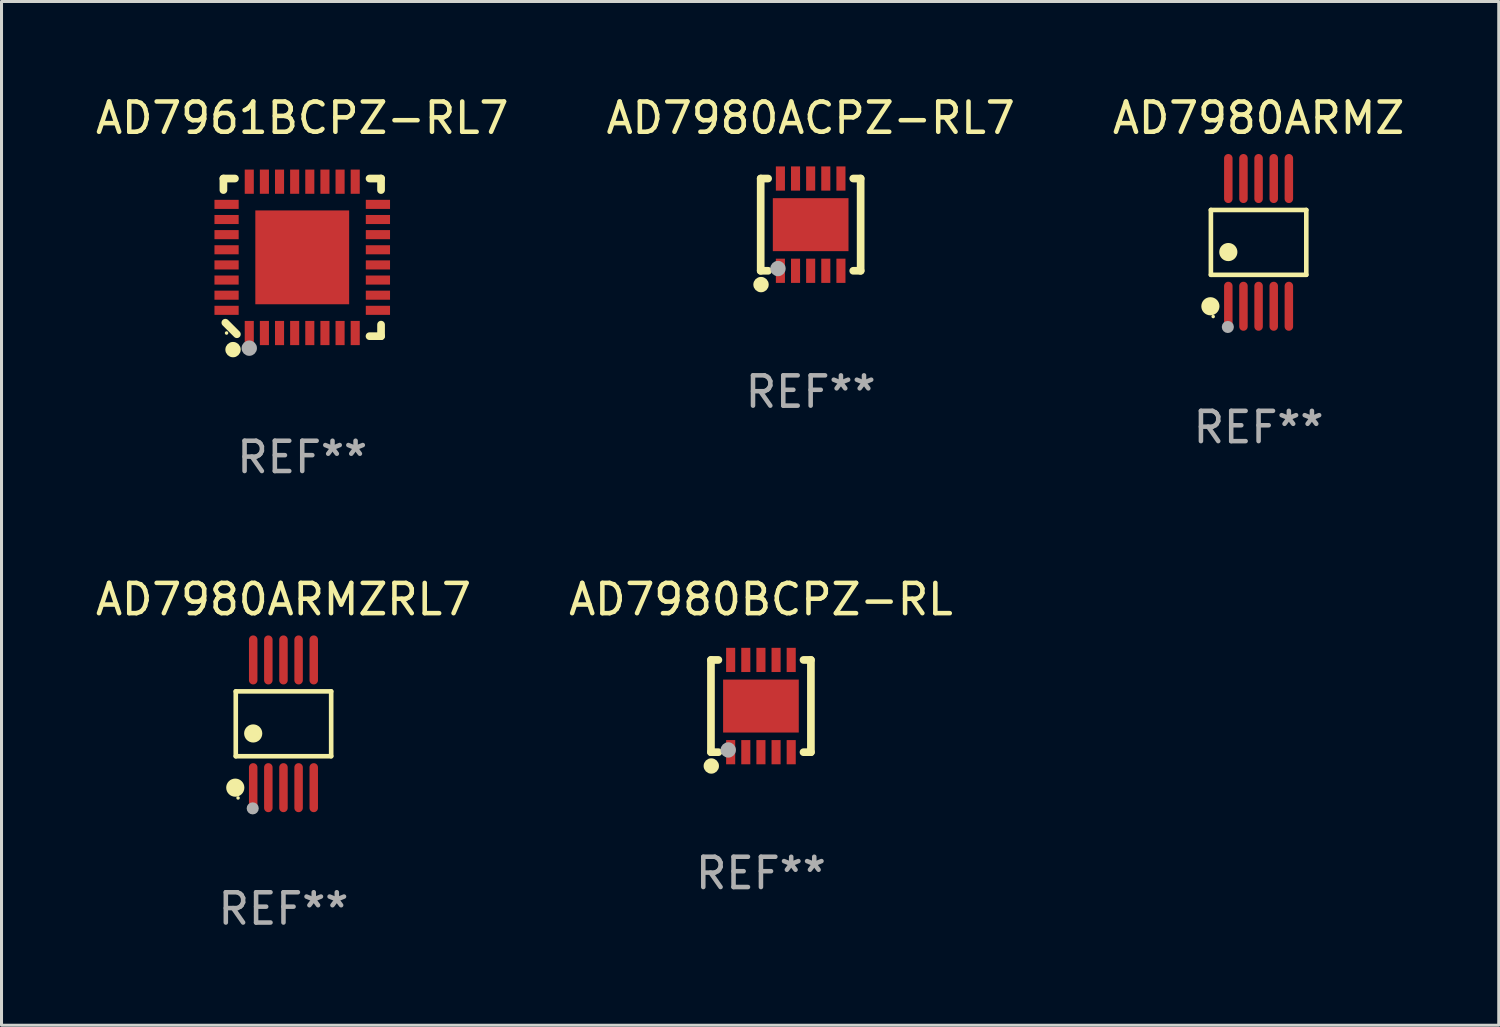
<source format=kicad_pcb>
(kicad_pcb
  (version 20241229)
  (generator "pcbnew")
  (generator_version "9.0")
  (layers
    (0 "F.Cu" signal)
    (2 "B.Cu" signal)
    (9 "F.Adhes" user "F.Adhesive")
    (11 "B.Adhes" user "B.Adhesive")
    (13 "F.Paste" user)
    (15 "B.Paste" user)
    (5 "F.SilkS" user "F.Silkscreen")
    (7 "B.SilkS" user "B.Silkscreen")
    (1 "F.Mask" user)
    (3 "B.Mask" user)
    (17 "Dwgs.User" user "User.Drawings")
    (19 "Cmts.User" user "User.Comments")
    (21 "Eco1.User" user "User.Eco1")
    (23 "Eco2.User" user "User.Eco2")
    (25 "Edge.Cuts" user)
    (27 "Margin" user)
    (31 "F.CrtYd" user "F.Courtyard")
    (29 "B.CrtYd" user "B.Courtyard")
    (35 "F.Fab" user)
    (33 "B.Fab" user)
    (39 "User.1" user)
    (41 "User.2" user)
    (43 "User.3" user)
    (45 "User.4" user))
  (footprint "AD7980ARMZRL7"
    (layer "F.Cu")
    (at 6.315 20.862)
    (property "Reference" "AD7980ARMZRL7" (at 0 -4.11 0) (layer "F.SilkS") (effects (font (size 1 1) (thickness 0.15))))
    (attr through_hole)
    (fp_line (start -1.576 -1.071) (end 1.576 -1.071) (stroke (width 0.152) (type solid)) (layer "F.SilkS"))
    (fp_line (start -1.576 1.071) (end -1.576 -1.071) (stroke (width 0.152) (type solid)) (layer "F.SilkS"))
    (fp_line (start 1.576 -1.071) (end 1.576 1.071) (stroke (width 0.152) (type solid)) (layer "F.SilkS"))
    (fp_line (start 1.576 1.071) (end -1.576 1.071) (stroke (width 0.152) (type solid)) (layer "F.SilkS"))
    (fp_circle (center -1.592 2.11) (end -1.442 2.11) (stroke (width 0.3) (type solid)) (fill no) (layer "F.SilkS"))
    (fp_circle (center -1.5 2.45) (end -1.47 2.45) (stroke (width 0.06) (type solid)) (fill no) (layer "F.SilkS"))
    (fp_circle (center -1 0.319) (end -0.85 0.319) (stroke (width 0.3) (type solid)) (fill no) (layer "F.SilkS"))
    (fp_circle (center -1.016 2.794) (end -0.916 2.794) (stroke (width 0.2) (type solid)) (fill no) (layer "F.Fab"))
    (fp_text user "REF**" (at 0 6.11 0) (layer "F.Fab") (effects (font (size 1 1) (thickness 0.15))))
    (pad "1" smd oval (at -1 2.11) (size 0.28 1.62) (layers "F.Cu" "F.Mask" "F.Paste"))
    (pad "2" smd oval (at -0.5 2.11) (size 0.28 1.62) (layers "F.Cu" "F.Mask" "F.Paste"))
    (pad "3" smd oval (at 0 2.11) (size 0.28 1.62) (layers "F.Cu" "F.Mask" "F.Paste"))
    (pad "4" smd oval (at 0.5 2.11) (size 0.28 1.62) (layers "F.Cu" "F.Mask" "F.Paste"))
    (pad "5" smd oval (at 1 2.11) (size 0.28 1.62) (layers "F.Cu" "F.Mask" "F.Paste"))
    (pad "6" smd oval (at 1 -2.11) (size 0.28 1.62) (layers "F.Cu" "F.Mask" "F.Paste"))
    (pad "7" smd oval (at 0.5 -2.11) (size 0.28 1.62) (layers "F.Cu" "F.Mask" "F.Paste"))
    (pad "8" smd oval (at 0 -2.11) (size 0.28 1.62) (layers "F.Cu" "F.Mask" "F.Paste"))
    (pad "9" smd oval (at -0.5 -2.11) (size 0.28 1.62) (layers "F.Cu" "F.Mask" "F.Paste"))
    (pad "10" smd oval (at -1 -2.11) (size 0.28 1.62) (layers "F.Cu" "F.Mask" "F.Paste")))
  (footprint "AD7980ARMZ"
    (layer "F.Cu")
    (at 38.53 4.958)
    (property "Reference" "AD7980ARMZ" (at 0 -4.11 0) (layer "F.SilkS") (effects (font (size 1 1) (thickness 0.15))))
    (attr through_hole)
    (fp_line (start -1.576 -1.071) (end 1.576 -1.071) (stroke (width 0.152) (type solid)) (layer "F.SilkS"))
    (fp_line (start -1.576 1.071) (end -1.576 -1.071) (stroke (width 0.152) (type solid)) (layer "F.SilkS"))
    (fp_line (start 1.576 -1.071) (end 1.576 1.071) (stroke (width 0.152) (type solid)) (layer "F.SilkS"))
    (fp_line (start 1.576 1.071) (end -1.576 1.071) (stroke (width 0.152) (type solid)) (layer "F.SilkS"))
    (fp_circle (center -1.592 2.11) (end -1.442 2.11) (stroke (width 0.3) (type solid)) (fill no) (layer "F.SilkS"))
    (fp_circle (center -1.5 2.45) (end -1.47 2.45) (stroke (width 0.06) (type solid)) (fill no) (layer "F.SilkS"))
    (fp_circle (center -1 0.319) (end -0.85 0.319) (stroke (width 0.3) (type solid)) (fill no) (layer "F.SilkS"))
    (fp_circle (center -1.016 2.794) (end -0.916 2.794) (stroke (width 0.2) (type solid)) (fill no) (layer "F.Fab"))
    (fp_text user "REF**" (at 0 6.11 0) (layer "F.Fab") (effects (font (size 1 1) (thickness 0.15))))
    (pad "1" smd oval (at -1 2.11) (size 0.28 1.62) (layers "F.Cu" "F.Mask" "F.Paste"))
    (pad "2" smd oval (at -0.5 2.11) (size 0.28 1.62) (layers "F.Cu" "F.Mask" "F.Paste"))
    (pad "3" smd oval (at 0 2.11) (size 0.28 1.62) (layers "F.Cu" "F.Mask" "F.Paste"))
    (pad "4" smd oval (at 0.5 2.11) (size 0.28 1.62) (layers "F.Cu" "F.Mask" "F.Paste"))
    (pad "5" smd oval (at 1 2.11) (size 0.28 1.62) (layers "F.Cu" "F.Mask" "F.Paste"))
    (pad "6" smd oval (at 1 -2.11) (size 0.28 1.62) (layers "F.Cu" "F.Mask" "F.Paste"))
    (pad "7" smd oval (at 0.5 -2.11) (size 0.28 1.62) (layers "F.Cu" "F.Mask" "F.Paste"))
    (pad "8" smd oval (at 0 -2.11) (size 0.28 1.62) (layers "F.Cu" "F.Mask" "F.Paste"))
    (pad "9" smd oval (at -0.5 -2.11) (size 0.28 1.62) (layers "F.Cu" "F.Mask" "F.Paste"))
    (pad "10" smd oval (at -1 -2.11) (size 0.28 1.62) (layers "F.Cu" "F.Mask" "F.Paste")))
  (footprint "AD7980BCPZ-RL"
    (layer "F.Cu")
    (at 22.089 20.276)
    (property "Reference" "AD7980BCPZ-RL" (at 0 -3.524 0) (layer "F.SilkS") (effects (font (size 1 1) (thickness 0.15))))
    (attr through_hole)
    (fp_line (start -1.651 -1.524) (end -1.651 1.524) (stroke (width 0.254) (type solid)) (layer "F.SilkS"))
    (fp_line (start -1.651 1.524) (end -1.406 1.524) (stroke (width 0.254) (type solid)) (layer "F.SilkS"))
    (fp_line (start -1.406 -1.524) (end -1.651 -1.524) (stroke (width 0.254) (type solid)) (layer "F.SilkS"))
    (fp_line (start 1.406 1.524) (end 1.651 1.524) (stroke (width 0.254) (type solid)) (layer "F.SilkS"))
    (fp_line (start 1.651 -1.524) (end 1.406 -1.524) (stroke (width 0.254) (type solid)) (layer "F.SilkS"))
    (fp_line (start 1.651 1.524) (end 1.651 -1.524) (stroke (width 0.254) (type solid)) (layer "F.SilkS"))
    (fp_circle (center -1.64 1.98) (end -1.513 1.98) (stroke (width 0.254) (type solid)) (fill no) (layer "F.SilkS"))
    (fp_circle (center -1.5 1.5) (end -1.47 1.5) (stroke (width 0.06) (type solid)) (fill no) (layer "F.SilkS"))
    (fp_circle (center -1.08 1.45) (end -0.953 1.45) (stroke (width 0.254) (type solid)) (fill no) (layer "F.Fab"))
    (fp_text user "REF**" (at 0 5.524 0) (layer "F.Fab") (effects (font (size 1 1) (thickness 0.15))))
    (pad "1" smd rect (at -1 1.524) (size 0.3 0.8) (layers "F.Cu" "F.Mask" "F.Paste"))
    (pad "2" smd rect (at -0.5 1.524) (size 0.3 0.8) (layers "F.Cu" "F.Mask" "F.Paste"))
    (pad "3" smd rect (at 0 1.524) (size 0.3 0.8) (layers "F.Cu" "F.Mask" "F.Paste"))
    (pad "4" smd rect (at 0.5 1.524) (size 0.3 0.8) (layers "F.Cu" "F.Mask" "F.Paste"))
    (pad "5" smd rect (at 1 1.524) (size 0.3 0.8) (layers "F.Cu" "F.Mask" "F.Paste"))
    (pad "6" smd rect (at 1 -1.524) (size 0.3 0.8) (layers "F.Cu" "F.Mask" "F.Paste"))
    (pad "7" smd rect (at 0.5 -1.524) (size 0.3 0.8) (layers "F.Cu" "F.Mask" "F.Paste"))
    (pad "8" smd rect (at 0 -1.524) (size 0.3 0.8) (layers "F.Cu" "F.Mask" "F.Paste"))
    (pad "9" smd rect (at -0.5 -1.524) (size 0.3 0.8) (layers "F.Cu" "F.Mask" "F.Paste"))
    (pad "10" smd rect (at -1 -1.524) (size 0.3 0.8) (layers "F.Cu" "F.Mask" "F.Paste"))
    (pad "11" smd rect (at 0 0) (size 2.5 1.75) (layers "F.Cu" "F.Mask" "F.Paste")))
  (footprint "AD7980ACPZ-RL7"
    (layer "F.Cu")
    (at 23.732 4.372)
    (property "Reference" "AD7980ACPZ-RL7" (at 0 -3.524 0) (layer "F.SilkS") (effects (font (size 1 1) (thickness 0.15))))
    (attr through_hole)
    (fp_line (start -1.651 -1.524) (end -1.651 1.524) (stroke (width 0.254) (type solid)) (layer "F.SilkS"))
    (fp_line (start -1.651 1.524) (end -1.406 1.524) (stroke (width 0.254) (type solid)) (layer "F.SilkS"))
    (fp_line (start -1.406 -1.524) (end -1.651 -1.524) (stroke (width 0.254) (type solid)) (layer "F.SilkS"))
    (fp_line (start 1.406 1.524) (end 1.651 1.524) (stroke (width 0.254) (type solid)) (layer "F.SilkS"))
    (fp_line (start 1.651 -1.524) (end 1.406 -1.524) (stroke (width 0.254) (type solid)) (layer "F.SilkS"))
    (fp_line (start 1.651 1.524) (end 1.651 -1.524) (stroke (width 0.254) (type solid)) (layer "F.SilkS"))
    (fp_circle (center -1.64 1.98) (end -1.513 1.98) (stroke (width 0.254) (type solid)) (fill no) (layer "F.SilkS"))
    (fp_circle (center -1.5 1.5) (end -1.47 1.5) (stroke (width 0.06) (type solid)) (fill no) (layer "F.SilkS"))
    (fp_circle (center -1.08 1.45) (end -0.953 1.45) (stroke (width 0.254) (type solid)) (fill no) (layer "F.Fab"))
    (fp_text user "REF**" (at 0 5.524 0) (layer "F.Fab") (effects (font (size 1 1) (thickness 0.15))))
    (pad "1" smd rect (at -1 1.524) (size 0.3 0.8) (layers "F.Cu" "F.Mask" "F.Paste"))
    (pad "2" smd rect (at -0.5 1.524) (size 0.3 0.8) (layers "F.Cu" "F.Mask" "F.Paste"))
    (pad "3" smd rect (at 0 1.524) (size 0.3 0.8) (layers "F.Cu" "F.Mask" "F.Paste"))
    (pad "4" smd rect (at 0.5 1.524) (size 0.3 0.8) (layers "F.Cu" "F.Mask" "F.Paste"))
    (pad "5" smd rect (at 1 1.524) (size 0.3 0.8) (layers "F.Cu" "F.Mask" "F.Paste"))
    (pad "6" smd rect (at 1 -1.524) (size 0.3 0.8) (layers "F.Cu" "F.Mask" "F.Paste"))
    (pad "7" smd rect (at 0.5 -1.524) (size 0.3 0.8) (layers "F.Cu" "F.Mask" "F.Paste"))
    (pad "8" smd rect (at 0 -1.524) (size 0.3 0.8) (layers "F.Cu" "F.Mask" "F.Paste"))
    (pad "9" smd rect (at -0.5 -1.524) (size 0.3 0.8) (layers "F.Cu" "F.Mask" "F.Paste"))
    (pad "10" smd rect (at -1 -1.524) (size 0.3 0.8) (layers "F.Cu" "F.Mask" "F.Paste"))
    (pad "11" smd rect (at 0 0) (size 2.5 1.75) (layers "F.Cu" "F.Mask" "F.Paste")))
  (footprint "AD7961BCPZ-RL7"
    (layer "F.Cu")
    (at 6.935 5.452)
    (property "Reference" "AD7961BCPZ-RL7" (at 0 -4.604 0) (layer "F.SilkS") (effects (font (size 1 1) (thickness 0.15))))
    (attr through_hole)
    (fp_line (start -2.604 -2.604) (end -2.604 -2.223) (stroke (width 0.254) (type solid)) (layer "F.SilkS"))
    (fp_line (start -2.54 2.159) (end -2.159 2.54) (stroke (width 0.254) (type solid)) (layer "F.SilkS"))
    (fp_line (start -2.223 -2.604) (end -2.604 -2.604) (stroke (width 0.254) (type solid)) (layer "F.SilkS"))
    (fp_line (start 2.223 2.604) (end 2.604 2.604) (stroke (width 0.254) (type solid)) (layer "F.SilkS"))
    (fp_line (start 2.604 -2.604) (end 2.223 -2.604) (stroke (width 0.254) (type solid)) (layer "F.SilkS"))
    (fp_line (start 2.604 -2.223) (end 2.604 -2.604) (stroke (width 0.254) (type solid)) (layer "F.SilkS"))
    (fp_line (start 2.604 2.604) (end 2.604 2.223) (stroke (width 0.254) (type solid)) (layer "F.SilkS"))
    (fp_circle (center -2.5 2.5) (end -2.47 2.5) (stroke (width 0.06) (type solid)) (fill no) (layer "F.SilkS"))
    (fp_circle (center -2.286 3.048) (end -2.159 3.048) (stroke (width 0.254) (type solid)) (fill no) (layer "F.SilkS"))
    (fp_circle (center -1.75 3) (end -1.623 3) (stroke (width 0.254) (type solid)) (fill no) (layer "F.Fab"))
    (fp_text user "REF**" (at 0 6.604 0) (layer "F.Fab") (effects (font (size 1 1) (thickness 0.15))))
    (pad "1" smd rect (at -1.75 2.5) (size 0.3 0.8) (layers "F.Cu" "F.Mask" "F.Paste"))
    (pad "2" smd rect (at -1.25 2.5) (size 0.3 0.8) (layers "F.Cu" "F.Mask" "F.Paste"))
    (pad "3" smd rect (at -0.75 2.5) (size 0.3 0.8) (layers "F.Cu" "F.Mask" "F.Paste"))
    (pad "4" smd rect (at -0.25 2.5) (size 0.3 0.8) (layers "F.Cu" "F.Mask" "F.Paste"))
    (pad "5" smd rect (at 0.25 2.5) (size 0.3 0.8) (layers "F.Cu" "F.Mask" "F.Paste"))
    (pad "6" smd rect (at 0.75 2.5) (size 0.3 0.8) (layers "F.Cu" "F.Mask" "F.Paste"))
    (pad "7" smd rect (at 1.25 2.5) (size 0.3 0.8) (layers "F.Cu" "F.Mask" "F.Paste"))
    (pad "8" smd rect (at 1.75 2.5) (size 0.3 0.8) (layers "F.Cu" "F.Mask" "F.Paste"))
    (pad "9" smd rect (at 2.5 1.75) (size 0.8 0.3) (layers "F.Cu" "F.Mask" "F.Paste"))
    (pad "10" smd rect (at 2.5 1.25) (size 0.8 0.3) (layers "F.Cu" "F.Mask" "F.Paste"))
    (pad "11" smd rect (at 2.5 0.75) (size 0.8 0.3) (layers "F.Cu" "F.Mask" "F.Paste"))
    (pad "12" smd rect (at 2.5 0.25) (size 0.8 0.3) (layers "F.Cu" "F.Mask" "F.Paste"))
    (pad "13" smd rect (at 2.5 -0.25) (size 0.8 0.3) (layers "F.Cu" "F.Mask" "F.Paste"))
    (pad "14" smd rect (at 2.5 -0.75) (size 0.8 0.3) (layers "F.Cu" "F.Mask" "F.Paste"))
    (pad "15" smd rect (at 2.5 -1.25) (size 0.8 0.3) (layers "F.Cu" "F.Mask" "F.Paste"))
    (pad "16" smd rect (at 2.5 -1.75) (size 0.8 0.3) (layers "F.Cu" "F.Mask" "F.Paste"))
    (pad "17" smd rect (at 1.75 -2.5) (size 0.3 0.8) (layers "F.Cu" "F.Mask" "F.Paste"))
    (pad "18" smd rect (at 1.25 -2.5) (size 0.3 0.8) (layers "F.Cu" "F.Mask" "F.Paste"))
    (pad "19" smd rect (at 0.75 -2.5) (size 0.3 0.8) (layers "F.Cu" "F.Mask" "F.Paste"))
    (pad "20" smd rect (at 0.25 -2.5) (size 0.3 0.8) (layers "F.Cu" "F.Mask" "F.Paste"))
    (pad "21" smd rect (at -0.25 -2.5) (size 0.3 0.8) (layers "F.Cu" "F.Mask" "F.Paste"))
    (pad "22" smd rect (at -0.75 -2.5) (size 0.3 0.8) (layers "F.Cu" "F.Mask" "F.Paste"))
    (pad "23" smd rect (at -1.25 -2.5) (size 0.3 0.8) (layers "F.Cu" "F.Mask" "F.Paste"))
    (pad "24" smd rect (at -1.75 -2.5) (size 0.3 0.8) (layers "F.Cu" "F.Mask" "F.Paste"))
    (pad "25" smd rect (at -2.5 -1.75) (size 0.8 0.3) (layers "F.Cu" "F.Mask" "F.Paste"))
    (pad "26" smd rect (at -2.5 -1.25) (size 0.8 0.3) (layers "F.Cu" "F.Mask" "F.Paste"))
    (pad "27" smd rect (at -2.5 -0.75) (size 0.8 0.3) (layers "F.Cu" "F.Mask" "F.Paste"))
    (pad "28" smd rect (at -2.5 -0.25) (size 0.8 0.3) (layers "F.Cu" "F.Mask" "F.Paste"))
    (pad "29" smd rect (at -2.5 0.25) (size 0.8 0.3) (layers "F.Cu" "F.Mask" "F.Paste"))
    (pad "30" smd rect (at -2.5 0.75) (size 0.8 0.3) (layers "F.Cu" "F.Mask" "F.Paste"))
    (pad "31" smd rect (at -2.5 1.25) (size 0.8 0.3) (layers "F.Cu" "F.Mask" "F.Paste"))
    (pad "32" smd rect (at -2.5 1.75) (size 0.8 0.3) (layers "F.Cu" "F.Mask" "F.Paste"))
    (pad "33" smd rect (at 0 -0.000025) (size 3.1 3.1) (layers "F.Cu" "F.Mask" "F.Paste")))
  (gr_rect
    (start -3 -3)
    (end 46.464 30.82)
    (stroke (width 0.1) (type default))
    (fill no)
    (layer "Edge.Cuts")))
</source>
